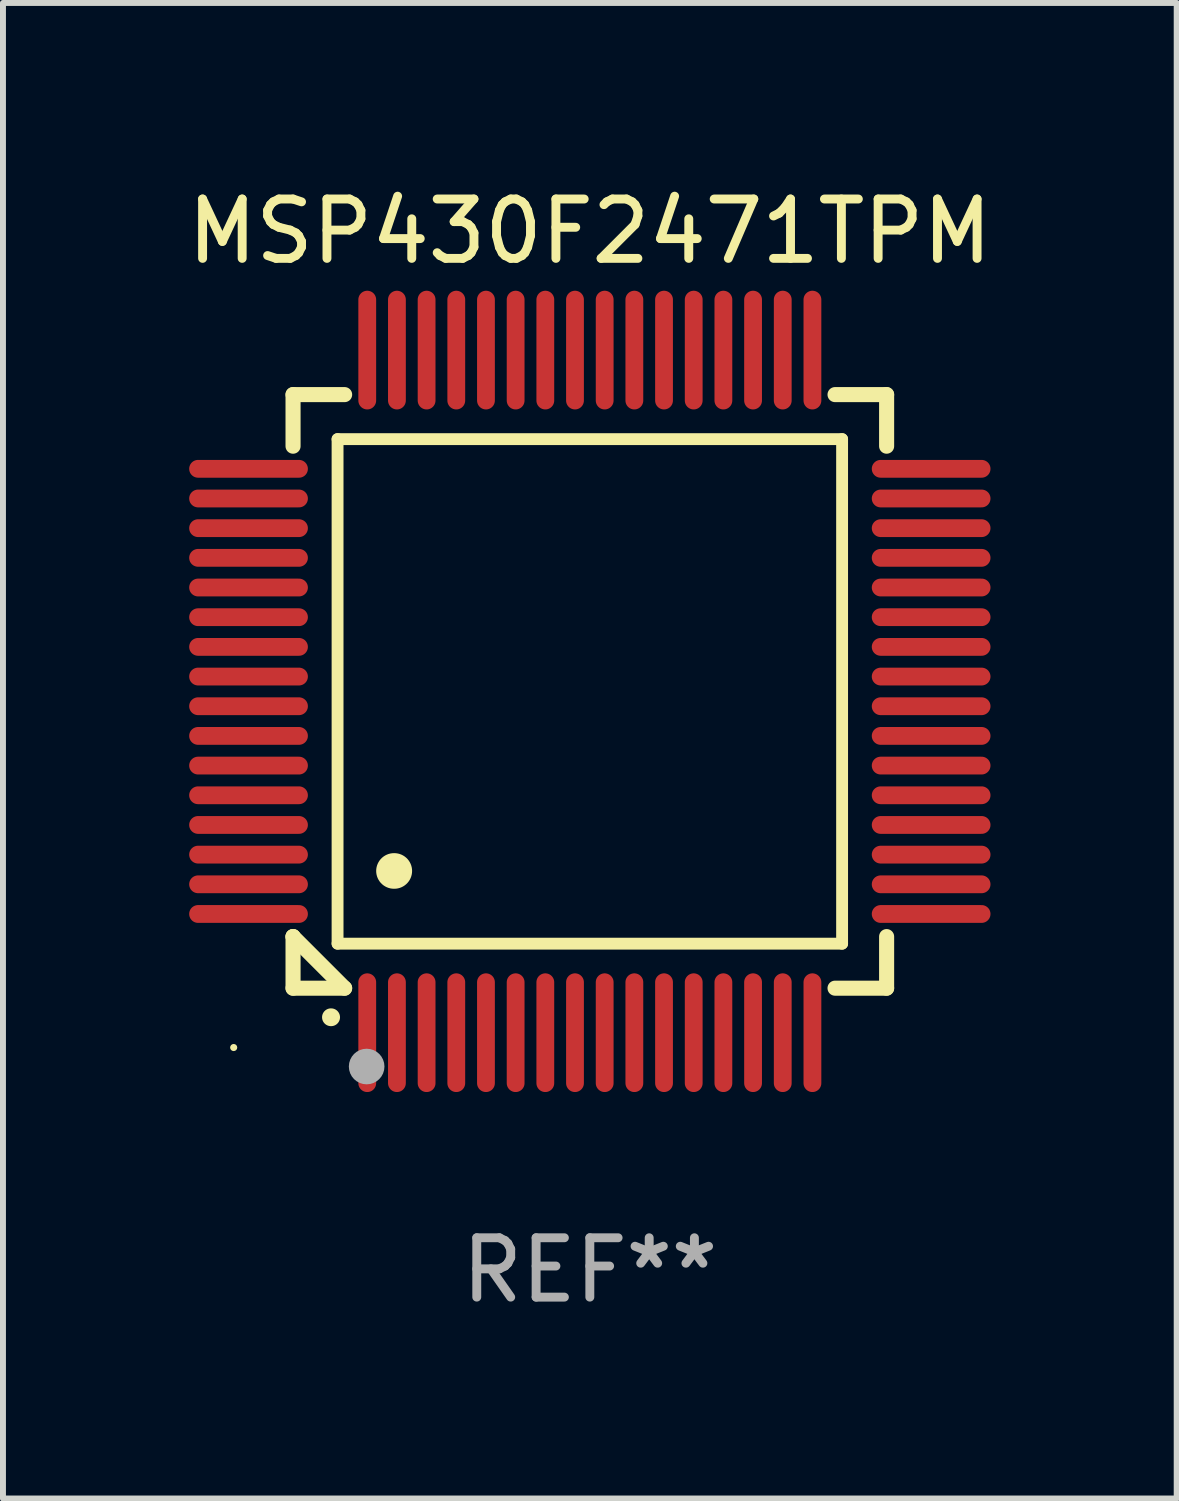
<source format=kicad_pcb>
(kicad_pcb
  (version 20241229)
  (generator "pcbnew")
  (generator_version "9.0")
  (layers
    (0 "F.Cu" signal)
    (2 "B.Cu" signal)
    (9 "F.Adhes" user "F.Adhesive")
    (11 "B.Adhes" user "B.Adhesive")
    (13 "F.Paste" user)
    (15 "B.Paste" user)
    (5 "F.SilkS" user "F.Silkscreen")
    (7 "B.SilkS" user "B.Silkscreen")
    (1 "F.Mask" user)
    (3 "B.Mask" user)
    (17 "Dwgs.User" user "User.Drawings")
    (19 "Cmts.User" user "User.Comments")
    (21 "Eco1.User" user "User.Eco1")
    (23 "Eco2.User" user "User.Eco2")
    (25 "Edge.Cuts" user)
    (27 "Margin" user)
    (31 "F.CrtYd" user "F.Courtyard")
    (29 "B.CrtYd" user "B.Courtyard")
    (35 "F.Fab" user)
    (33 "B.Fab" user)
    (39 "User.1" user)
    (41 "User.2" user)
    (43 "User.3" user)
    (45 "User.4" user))
  (footprint "MSP430F2471TPM"
    (layer "F.Cu")
    (at 6.887 8.598)
    (property "Reference" "MSP430F2471TPM" (at 0 -7.75 0) (layer "F.SilkS") (effects (font (size 1 1) (thickness 0.15))))
    (attr through_hole)
    (fp_line (start -5 -5) (end -4.131 -5) (stroke (width 0.254) (type solid)) (layer "F.SilkS"))
    (fp_line (start -5 -4.131) (end -5 -5) (stroke (width 0.254) (type solid)) (layer "F.SilkS"))
    (fp_line (start -5 4.131) (end -5 4.131) (stroke (width 0.254) (type solid)) (layer "F.SilkS"))
    (fp_line (start -5 5) (end -5 4.131) (stroke (width 0.254) (type solid)) (layer "F.SilkS"))
    (fp_line (start -5 4.131) (end -4.131 5) (stroke (width 0.254) (type solid)) (layer "F.SilkS"))
    (fp_line (start -4.25 -4.25) (end -4.25 4.25) (stroke (width 0.2) (type solid)) (layer "F.SilkS"))
    (fp_line (start -4.25 4.25) (end 4.25 4.25) (stroke (width 0.2) (type solid)) (layer "F.SilkS"))
    (fp_line (start -4.131 5) (end -5 5) (stroke (width 0.254) (type solid)) (layer "F.SilkS"))
    (fp_line (start 4.25 -4.25) (end -4.25 -4.25) (stroke (width 0.2) (type solid)) (layer "F.SilkS"))
    (fp_line (start 4.25 4.25) (end 4.25 -4.25) (stroke (width 0.2) (type solid)) (layer "F.SilkS"))
    (fp_line (start 5 -5) (end 4.131 -5) (stroke (width 0.254) (type solid)) (layer "F.SilkS"))
    (fp_line (start 5 -5) (end 5 -4.131) (stroke (width 0.254) (type solid)) (layer "F.SilkS"))
    (fp_line (start 5 4.131) (end 5 5) (stroke (width 0.254) (type solid)) (layer "F.SilkS"))
    (fp_line (start 5 5) (end 4.131 5) (stroke (width 0.254) (type solid)) (layer "F.SilkS"))
    (fp_arc (start -4.361265 5.489992) (mid -4.359995 5.489987) (end -4.358725 5.489992) (stroke (width 0.3) (type solid)) (layer "F.SilkS"))
    (fp_arc (start -3.299467 3.025146) (mid -3.296927 3.025135) (end -3.294387 3.025146) (stroke (width 0.6) (type solid)) (layer "F.SilkS"))
    (fp_circle (center -6 6) (end -5.97 6) (stroke (width 0.06) (type solid)) (fill no) (layer "F.SilkS"))
    (fp_circle (center -3.76 6.32) (end -3.61 6.32) (stroke (width 0.3) (type solid)) (fill no) (layer "F.Fab"))
    (fp_text user "REF**" (at 0 9.75 0) (layer "F.Fab") (effects (font (size 1 1) (thickness 0.15))))
    (pad "1" smd oval (at -3.75 5.75) (size 0.3 2) (layers "F.Cu" "F.Mask" "F.Paste"))
    (pad "2" smd oval (at -3.25 5.75) (size 0.3 2) (layers "F.Cu" "F.Mask" "F.Paste"))
    (pad "3" smd oval (at -2.75 5.75) (size 0.3 2) (layers "F.Cu" "F.Mask" "F.Paste"))
    (pad "4" smd oval (at -2.25 5.75) (size 0.3 2) (layers "F.Cu" "F.Mask" "F.Paste"))
    (pad "5" smd oval (at -1.75 5.75) (size 0.3 2) (layers "F.Cu" "F.Mask" "F.Paste"))
    (pad "6" smd oval (at -1.25 5.75) (size 0.3 2) (layers "F.Cu" "F.Mask" "F.Paste"))
    (pad "7" smd oval (at -0.75 5.75) (size 0.3 2) (layers "F.Cu" "F.Mask" "F.Paste"))
    (pad "8" smd oval (at -0.25 5.75) (size 0.3 2) (layers "F.Cu" "F.Mask" "F.Paste"))
    (pad "9" smd oval (at 0.25 5.75) (size 0.3 2) (layers "F.Cu" "F.Mask" "F.Paste"))
    (pad "10" smd oval (at 0.75 5.75) (size 0.3 2) (layers "F.Cu" "F.Mask" "F.Paste"))
    (pad "11" smd oval (at 1.25 5.75) (size 0.3 2) (layers "F.Cu" "F.Mask" "F.Paste"))
    (pad "12" smd oval (at 1.75 5.75) (size 0.3 2) (layers "F.Cu" "F.Mask" "F.Paste"))
    (pad "13" smd oval (at 2.25 5.75) (size 0.3 2) (layers "F.Cu" "F.Mask" "F.Paste"))
    (pad "14" smd oval (at 2.75 5.75) (size 0.3 2) (layers "F.Cu" "F.Mask" "F.Paste"))
    (pad "15" smd oval (at 3.25 5.75) (size 0.3 2) (layers "F.Cu" "F.Mask" "F.Paste"))
    (pad "16" smd oval (at 3.75 5.75) (size 0.3 2) (layers "F.Cu" "F.Mask" "F.Paste"))
    (pad "17" smd oval (at 5.75 3.75) (size 2 0.3) (layers "F.Cu" "F.Mask" "F.Paste"))
    (pad "18" smd oval (at 5.75 3.25) (size 2 0.3) (layers "F.Cu" "F.Mask" "F.Paste"))
    (pad "19" smd oval (at 5.75 2.75) (size 2 0.3) (layers "F.Cu" "F.Mask" "F.Paste"))
    (pad "20" smd oval (at 5.75 2.25) (size 2 0.3) (layers "F.Cu" "F.Mask" "F.Paste"))
    (pad "21" smd oval (at 5.75 1.75) (size 2 0.3) (layers "F.Cu" "F.Mask" "F.Paste"))
    (pad "22" smd oval (at 5.75 1.25) (size 2 0.3) (layers "F.Cu" "F.Mask" "F.Paste"))
    (pad "23" smd oval (at 5.75 0.75) (size 2 0.3) (layers "F.Cu" "F.Mask" "F.Paste"))
    (pad "24" smd oval (at 5.75 0.25) (size 2 0.3) (layers "F.Cu" "F.Mask" "F.Paste"))
    (pad "25" smd oval (at 5.75 -0.25) (size 2 0.3) (layers "F.Cu" "F.Mask" "F.Paste"))
    (pad "26" smd oval (at 5.75 -0.75) (size 2 0.3) (layers "F.Cu" "F.Mask" "F.Paste"))
    (pad "27" smd oval (at 5.75 -1.25) (size 2 0.3) (layers "F.Cu" "F.Mask" "F.Paste"))
    (pad "28" smd oval (at 5.75 -1.75) (size 2 0.3) (layers "F.Cu" "F.Mask" "F.Paste"))
    (pad "29" smd oval (at 5.75 -2.25) (size 2 0.3) (layers "F.Cu" "F.Mask" "F.Paste"))
    (pad "30" smd oval (at 5.75 -2.75) (size 2 0.3) (layers "F.Cu" "F.Mask" "F.Paste"))
    (pad "31" smd oval (at 5.75 -3.25) (size 2 0.3) (layers "F.Cu" "F.Mask" "F.Paste"))
    (pad "32" smd oval (at 5.75 -3.75) (size 2 0.3) (layers "F.Cu" "F.Mask" "F.Paste"))
    (pad "33" smd oval (at 3.75 -5.75) (size 0.3 2) (layers "F.Cu" "F.Mask" "F.Paste"))
    (pad "34" smd oval (at 3.25 -5.75) (size 0.3 2) (layers "F.Cu" "F.Mask" "F.Paste"))
    (pad "35" smd oval (at 2.75 -5.75) (size 0.3 2) (layers "F.Cu" "F.Mask" "F.Paste"))
    (pad "36" smd oval (at 2.25 -5.75) (size 0.3 2) (layers "F.Cu" "F.Mask" "F.Paste"))
    (pad "37" smd oval (at 1.75 -5.75) (size 0.3 2) (layers "F.Cu" "F.Mask" "F.Paste"))
    (pad "38" smd oval (at 1.25 -5.75) (size 0.3 2) (layers "F.Cu" "F.Mask" "F.Paste"))
    (pad "39" smd oval (at 0.75 -5.75) (size 0.3 2) (layers "F.Cu" "F.Mask" "F.Paste"))
    (pad "40" smd oval (at 0.25 -5.75) (size 0.3 2) (layers "F.Cu" "F.Mask" "F.Paste"))
    (pad "41" smd oval (at -0.25 -5.75) (size 0.3 2) (layers "F.Cu" "F.Mask" "F.Paste"))
    (pad "42" smd oval (at -0.75 -5.75) (size 0.3 2) (layers "F.Cu" "F.Mask" "F.Paste"))
    (pad "43" smd oval (at -1.25 -5.75) (size 0.3 2) (layers "F.Cu" "F.Mask" "F.Paste"))
    (pad "44" smd oval (at -1.75 -5.75) (size 0.3 2) (layers "F.Cu" "F.Mask" "F.Paste"))
    (pad "45" smd oval (at -2.25 -5.75) (size 0.3 2) (layers "F.Cu" "F.Mask" "F.Paste"))
    (pad "46" smd oval (at -2.75 -5.75) (size 0.3 2) (layers "F.Cu" "F.Mask" "F.Paste"))
    (pad "47" smd oval (at -3.25 -5.75) (size 0.3 2) (layers "F.Cu" "F.Mask" "F.Paste"))
    (pad "48" smd oval (at -3.75 -5.75) (size 0.3 2) (layers "F.Cu" "F.Mask" "F.Paste"))
    (pad "49" smd oval (at -5.75 -3.75) (size 2 0.3) (layers "F.Cu" "F.Mask" "F.Paste"))
    (pad "50" smd oval (at -5.75 -3.25) (size 2 0.3) (layers "F.Cu" "F.Mask" "F.Paste"))
    (pad "51" smd oval (at -5.75 -2.75) (size 2 0.3) (layers "F.Cu" "F.Mask" "F.Paste"))
    (pad "52" smd oval (at -5.75 -2.25) (size 2 0.3) (layers "F.Cu" "F.Mask" "F.Paste"))
    (pad "53" smd oval (at -5.75 -1.75) (size 2 0.3) (layers "F.Cu" "F.Mask" "F.Paste"))
    (pad "54" smd oval (at -5.75 -1.25) (size 2 0.3) (layers "F.Cu" "F.Mask" "F.Paste"))
    (pad "55" smd oval (at -5.75 -0.75) (size 2 0.3) (layers "F.Cu" "F.Mask" "F.Paste"))
    (pad "56" smd oval (at -5.75 -0.25) (size 2 0.3) (layers "F.Cu" "F.Mask" "F.Paste"))
    (pad "57" smd oval (at -5.75 0.25) (size 2 0.3) (layers "F.Cu" "F.Mask" "F.Paste"))
    (pad "58" smd oval (at -5.75 0.75) (size 2 0.3) (layers "F.Cu" "F.Mask" "F.Paste"))
    (pad "59" smd oval (at -5.75 1.25) (size 2 0.3) (layers "F.Cu" "F.Mask" "F.Paste"))
    (pad "60" smd oval (at -5.75 1.75) (size 2 0.3) (layers "F.Cu" "F.Mask" "F.Paste"))
    (pad "61" smd oval (at -5.75 2.25) (size 2 0.3) (layers "F.Cu" "F.Mask" "F.Paste"))
    (pad "62" smd oval (at -5.75 2.75) (size 2 0.3) (layers "F.Cu" "F.Mask" "F.Paste"))
    (pad "63" smd oval (at -5.75 3.25) (size 2 0.3) (layers "F.Cu" "F.Mask" "F.Paste"))
    (pad "64" smd oval (at -5.75 3.75) (size 2 0.3) (layers "F.Cu" "F.Mask" "F.Paste")))
  (gr_rect
    (start -3 -3)
    (end 16.774 22.196)
    (stroke (width 0.1) (type default))
    (fill no)
    (layer "Edge.Cuts")))
</source>
